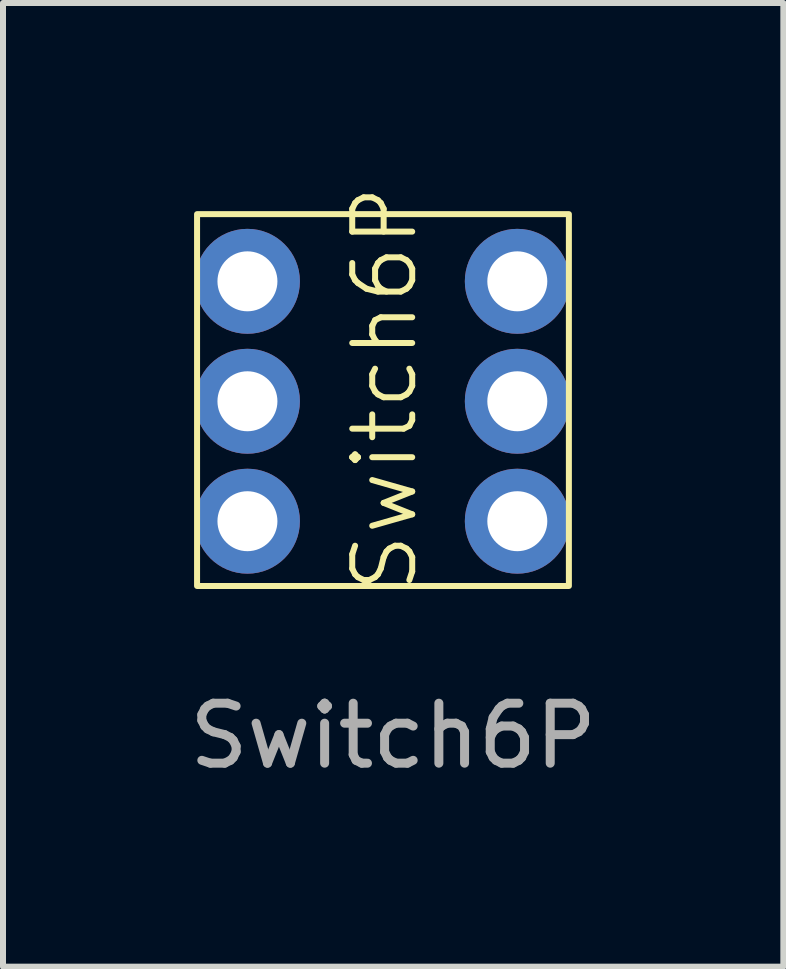
<source format=kicad_pcb>
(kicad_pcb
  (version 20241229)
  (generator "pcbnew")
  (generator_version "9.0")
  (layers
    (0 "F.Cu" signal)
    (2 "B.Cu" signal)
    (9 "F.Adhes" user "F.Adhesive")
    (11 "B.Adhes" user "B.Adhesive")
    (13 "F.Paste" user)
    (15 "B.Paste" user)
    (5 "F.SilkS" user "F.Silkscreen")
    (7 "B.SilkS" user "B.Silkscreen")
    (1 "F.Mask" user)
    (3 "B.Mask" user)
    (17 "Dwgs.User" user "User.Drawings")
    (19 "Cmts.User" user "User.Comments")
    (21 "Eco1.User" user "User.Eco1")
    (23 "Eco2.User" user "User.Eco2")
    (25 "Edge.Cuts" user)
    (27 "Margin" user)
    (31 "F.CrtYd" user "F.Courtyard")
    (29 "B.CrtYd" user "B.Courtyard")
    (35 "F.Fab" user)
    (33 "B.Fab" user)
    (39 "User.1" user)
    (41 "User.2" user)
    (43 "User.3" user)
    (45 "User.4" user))
  (footprint "Switch6P"
    (layer "F.Cu")
    (at 0.476 0.741)
    (property "Reference" "Switch6P" (at 2.89 2.69 90) (unlocked yes) (layer "F.SilkS") (effects (font (size 1 1) (thickness 0.1))))
    (attr through_hole)
    (fp_rect (start -0.24 -0.22) (end 5.96 5.98) (stroke (width 0.1) (type default)) (fill no) (layer "F.SilkS"))
    (fp_text user "${REFERENCE}" (at 3.03 8.48 0) (unlocked yes) (layer "F.Fab") (effects (font (size 1 1) (thickness 0.15))))
    (pad "1" thru_hole circle (at 0.6 0.9) (size 1.75 1.75) (drill 1) (layers "*.Cu" "*.Mask"))
    (pad "2" thru_hole circle (at 0.6 2.9) (size 1.75 1.75) (drill 1) (layers "*.Cu" "*.Mask"))
    (pad "3" thru_hole circle (at 0.6 4.9) (size 1.75 1.75) (drill 1) (layers "*.Cu" "*.Mask"))
    (pad "4" thru_hole circle (at 5.1 0.9) (size 1.75 1.75) (drill 1) (layers "*.Cu" "*.Mask"))
    (pad "5" thru_hole circle (at 5.1 2.9) (size 1.75 1.75) (drill 1) (layers "*.Cu" "*.Mask"))
    (pad "6" thru_hole circle (at 5.1 4.9) (size 1.75 1.75) (drill 1) (layers "*.Cu" "*.Mask")))
  (gr_rect
    (start -3 -3)
    (end 10.012 13.069)
    (stroke (width 0.1) (type default))
    (fill no)
    (layer "Edge.Cuts")))
</source>
